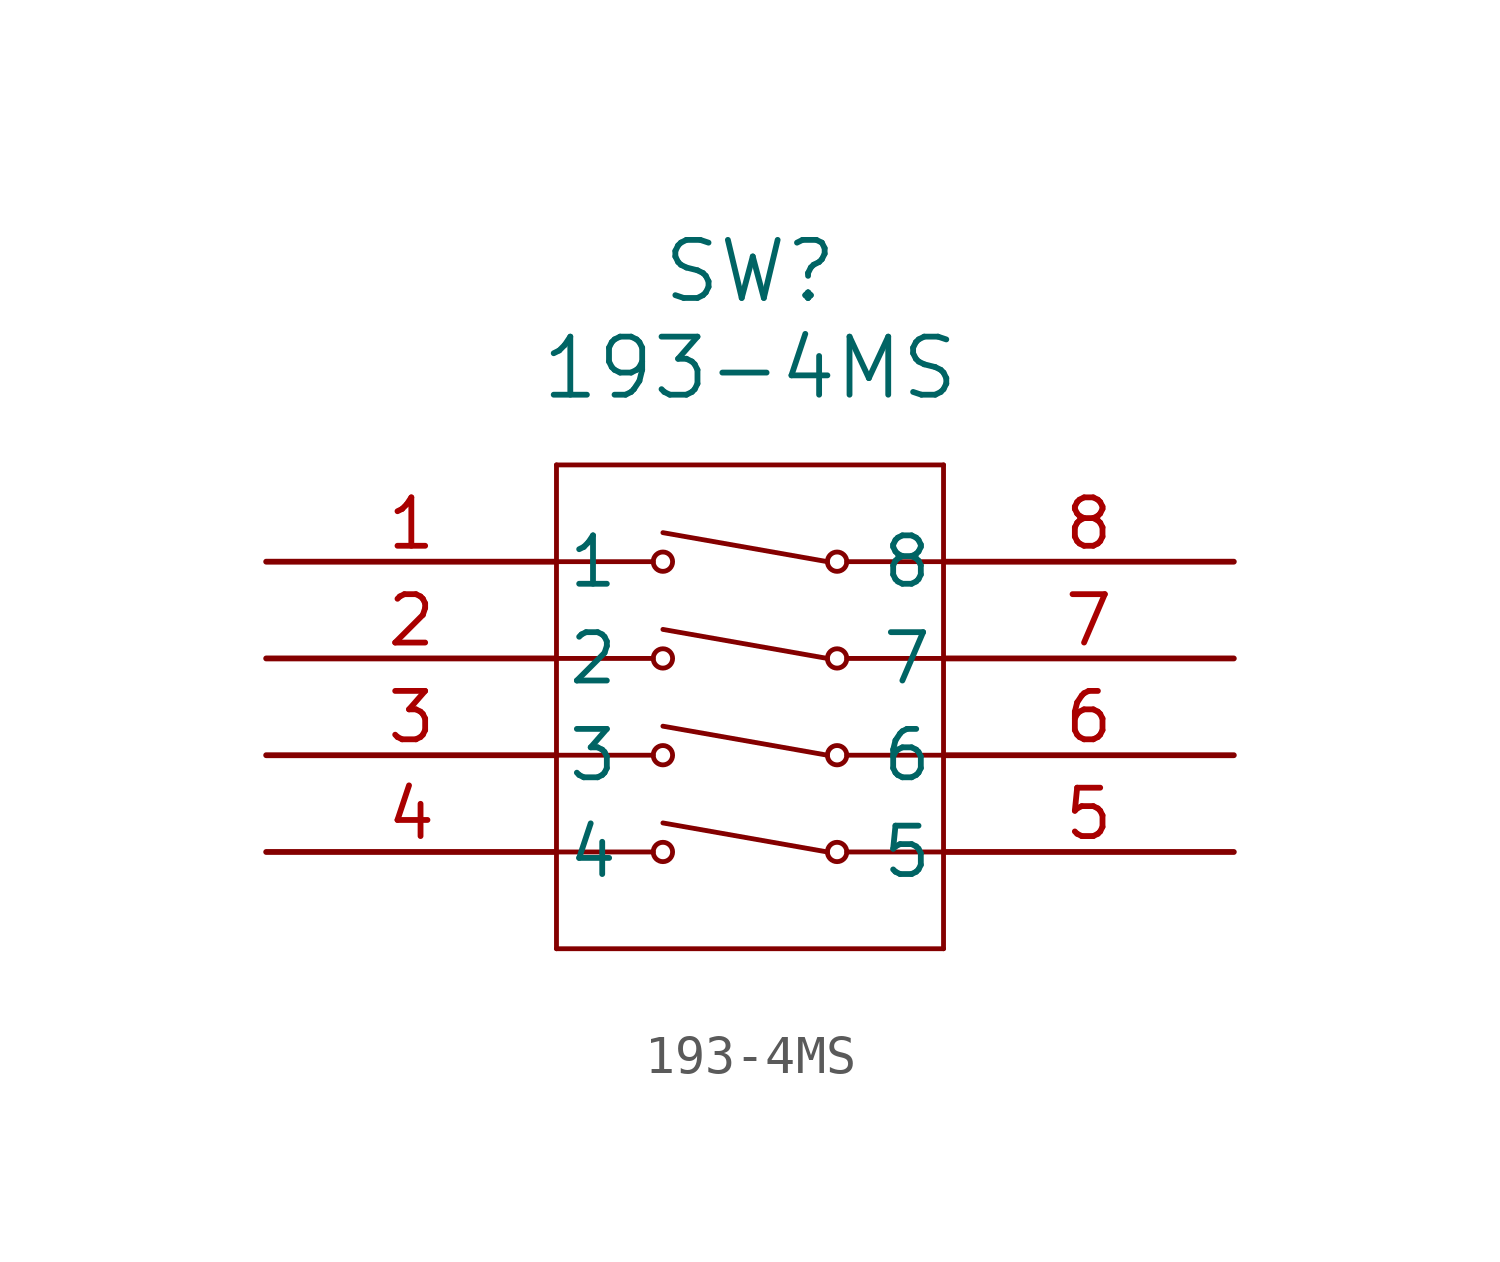
<source format=kicad_sym>
(kicad_symbol_lib
  (version 20211014)
  (generator kicad_symbol_editor)
  (symbol "193-4MS"
    (pin_names
      (offset 0.254))
    (property "Reference" "SW"
      (at 12.7 7.62 0)
      (effects (font (size 1.524 1.524))))
    (property "Value" "193-4MS"
      (at 12.7 5.08 0)
      (effects (font (size 1.524 1.524))))
    (symbol "193-4MS_0_1"
      (polyline (pts (xy 7.62 2.54) (xy 7.62 -10.16)) (stroke (width 0.127) (type default) (color 0 0 0 0)) (fill (type none)))
      (polyline (pts (xy 17.78 -10.16) (xy 17.78 2.54)) (stroke (width 0.127) (type default) (color 0 0 0 0)) (fill (type none)))
      (polyline (pts (xy 7.62 -10.16) (xy 17.78 -10.16)) (stroke (width 0.127) (type default) (color 0 0 0 0)) (fill (type none)))
      (polyline (pts (xy 17.78 2.54) (xy 7.62 2.54)) (stroke (width 0.127) (type default) (color 0 0 0 0)) (fill (type none)))
      (polyline (pts (xy 7.62 0) (xy 10.16 0)) (stroke (width 0.127) (type default) (color 0 0 0 0)) (fill (type none)))
      (polyline (pts (xy 15.24 0) (xy 17.78 0)) (stroke (width 0.127) (type default) (color 0 0 0 0)) (fill (type none)))
      (circle (center 10.414 0) (radius 0.254) (stroke (width 0.127) (type default) (color 0 0 0 0)) (fill (type none)))
      (circle (center 14.986 0) (radius 0.254) (stroke (width 0.127) (type default) (color 0 0 0 0)) (fill (type none)))
      (polyline (pts (xy 14.732 0) (xy 10.414 0.762)) (stroke (width 0.127) (type default) (color 0 0 0 0)) (fill (type none)))
      (polyline (pts (xy 7.62 -2.54) (xy 10.16 -2.54)) (stroke (width 0.127) (type default) (color 0 0 0 0)) (fill (type none)))
      (polyline (pts (xy 15.24 -2.54) (xy 17.78 -2.54)) (stroke (width 0.127) (type default) (color 0 0 0 0)) (fill (type none)))
      (circle (center 10.414 -2.54) (radius 0.254) (stroke (width 0.127) (type default) (color 0 0 0 0)) (fill (type none)))
      (circle (center 14.986 -2.54) (radius 0.254) (stroke (width 0.127) (type default) (color 0 0 0 0)) (fill (type none)))
      (polyline (pts (xy 14.732 -2.54) (xy 10.414 -1.778)) (stroke (width 0.127) (type default) (color 0 0 0 0)) (fill (type none)))
      (polyline (pts (xy 7.62 -5.08) (xy 10.16 -5.08)) (stroke (width 0.127) (type default) (color 0 0 0 0)) (fill (type none)))
      (polyline (pts (xy 15.24 -5.08) (xy 17.78 -5.08)) (stroke (width 0.127) (type default) (color 0 0 0 0)) (fill (type none)))
      (circle (center 10.414 -5.08) (radius 0.254) (stroke (width 0.127) (type default) (color 0 0 0 0)) (fill (type none)))
      (circle (center 14.986 -5.08) (radius 0.254) (stroke (width 0.127) (type default) (color 0 0 0 0)) (fill (type none)))
      (polyline (pts (xy 14.732 -5.08) (xy 10.414 -4.318)) (stroke (width 0.127) (type default) (color 0 0 0 0)) (fill (type none)))
      (polyline (pts (xy 7.62 -7.62) (xy 10.16 -7.62)) (stroke (width 0.127) (type default) (color 0 0 0 0)) (fill (type none)))
      (polyline (pts (xy 15.24 -7.62) (xy 17.78 -7.62)) (stroke (width 0.127) (type default) (color 0 0 0 0)) (fill (type none)))
      (circle (center 10.414 -7.62) (radius 0.254) (stroke (width 0.127) (type default) (color 0 0 0 0)) (fill (type none)))
      (circle (center 14.986 -7.62) (radius 0.254) (stroke (width 0.127) (type default) (color 0 0 0 0)) (fill (type none)))
      (polyline (pts (xy 14.732 -7.62) (xy 10.414 -6.858)) (stroke (width 0.127) (type default) (color 0 0 0 0)) (fill (type none)))
      (pin unspecified line (at 0 0 0) (length 7.62) (name "1" (effects (font (size 1.27 1.27)))) (number "1" (effects (font (size 1.27 1.27)))))
      (pin unspecified line (at 0 -2.54 0) (length 7.62) (name "2" (effects (font (size 1.27 1.27)))) (number "2" (effects (font (size 1.27 1.27)))))
      (pin unspecified line (at 0 -5.08 0) (length 7.62) (name "3" (effects (font (size 1.27 1.27)))) (number "3" (effects (font (size 1.27 1.27)))))
      (pin unspecified line (at 0 -7.62 0) (length 7.62) (name "4" (effects (font (size 1.27 1.27)))) (number "4" (effects (font (size 1.27 1.27)))))
      (pin unspecified line (at 25.4 -7.62 180) (length 7.62) (name "5" (effects (font (size 1.27 1.27)))) (number "5" (effects (font (size 1.27 1.27)))))
      (pin unspecified line (at 25.4 -5.08 180) (length 7.62) (name "6" (effects (font (size 1.27 1.27)))) (number "6" (effects (font (size 1.27 1.27)))))
      (pin unspecified line (at 25.4 -2.54 180) (length 7.62) (name "7" (effects (font (size 1.27 1.27)))) (number "7" (effects (font (size 1.27 1.27)))))
      (pin unspecified line (at 25.4 0 180) (length 7.62) (name "8" (effects (font (size 1.27 1.27)))) (number "8" (effects (font (size 1.27 1.27))))))))
</source>
